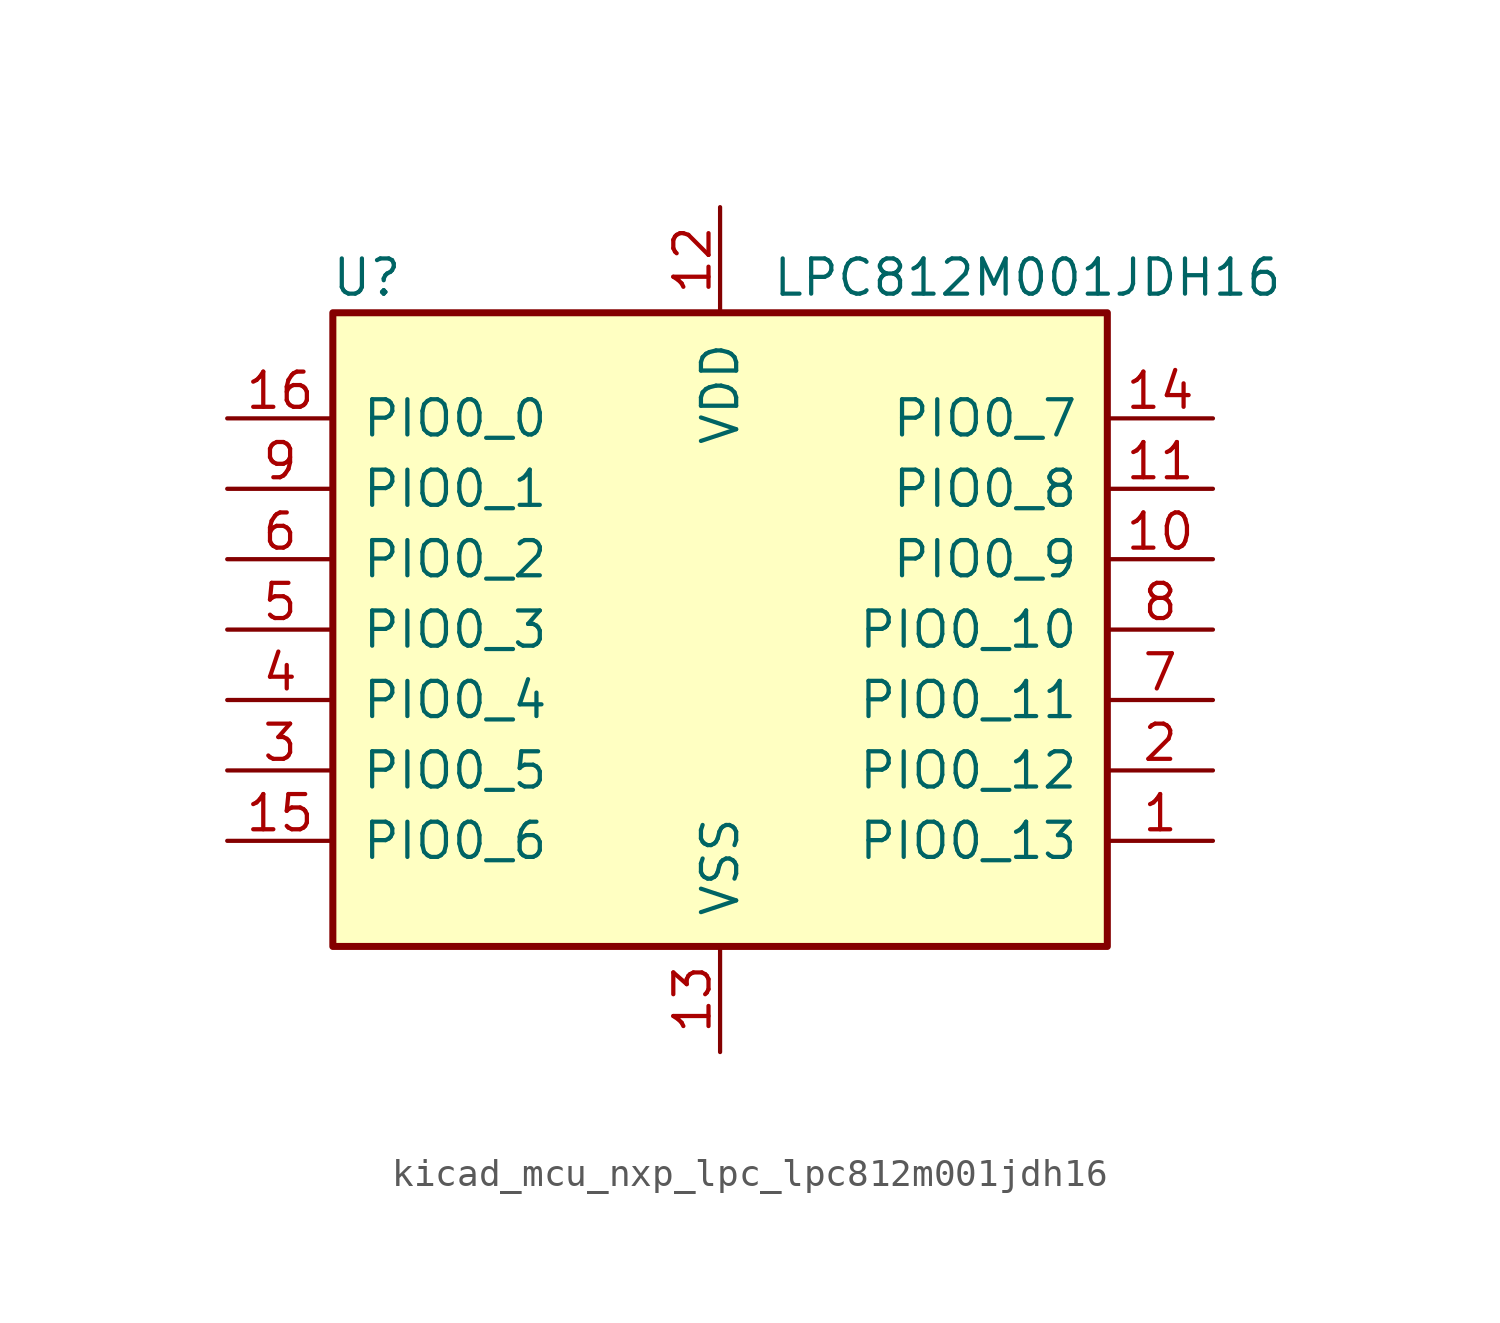
<source format=kicad_sym>
(kicad_symbol_lib
  (version 20220914)
  (generator kicad_symbol_editor)
  (symbol "kicad_mcu_nxp_lpc_lpc812m001jdh16"
    (pin_names
      (offset 1.016))
    (property "Reference" "U"
      (at -11.43 12.7 0)
      (effects (font (size 1.27 1.27)) (justify right)))
    (property "Value" "LPC812M001JDH16"
      (at 20.32 12.7 0)
      (effects (font (size 1.27 1.27)) (justify right)))
    (symbol "kicad_mcu_nxp_lpc_lpc812m001jdh16_0_1"
      (rectangle (start 13.97 11.43) (end -13.97 -11.43) (stroke (width 0.254) (type default)) (fill (type background))))
    (symbol "kicad_mcu_nxp_lpc_lpc812m001jdh16_1_1"
      (pin bidirectional line (at 17.78 -7.62 180) (length 3.81) (name "PIO0_13" (effects (font (size 1.27 1.27)))) (number "1" (effects (font (size 1.27 1.27)))))
      (pin bidirectional line (at 17.78 2.54 180) (length 3.81) (name "PIO0_9" (effects (font (size 1.27 1.27)))) (number "10" (effects (font (size 1.27 1.27)))))
      (pin bidirectional line (at 17.78 5.08 180) (length 3.81) (name "PIO0_8" (effects (font (size 1.27 1.27)))) (number "11" (effects (font (size 1.27 1.27)))))
      (pin power_in line (at 0 15.24 270) (length 3.81) (name "VDD" (effects (font (size 1.27 1.27)))) (number "12" (effects (font (size 1.27 1.27)))))
      (pin power_in line (at 0 -15.24 90) (length 3.81) (name "VSS" (effects (font (size 1.27 1.27)))) (number "13" (effects (font (size 1.27 1.27)))))
      (pin bidirectional line (at 17.78 7.62 180) (length 3.81) (name "PIO0_7" (effects (font (size 1.27 1.27)))) (number "14" (effects (font (size 1.27 1.27)))))
      (pin bidirectional line (at -17.78 -7.62 0) (length 3.81) (name "PIO0_6" (effects (font (size 1.27 1.27)))) (number "15" (effects (font (size 1.27 1.27)))))
      (pin bidirectional line (at -17.78 7.62 0) (length 3.81) (name "PIO0_0" (effects (font (size 1.27 1.27)))) (number "16" (effects (font (size 1.27 1.27)))))
      (pin bidirectional line (at 17.78 -5.08 180) (length 3.81) (name "PIO0_12" (effects (font (size 1.27 1.27)))) (number "2" (effects (font (size 1.27 1.27)))))
      (pin bidirectional line (at -17.78 -5.08 0) (length 3.81) (name "PIO0_5" (effects (font (size 1.27 1.27)))) (number "3" (effects (font (size 1.27 1.27)))))
      (pin bidirectional line (at -17.78 -2.54 0) (length 3.81) (name "PIO0_4" (effects (font (size 1.27 1.27)))) (number "4" (effects (font (size 1.27 1.27)))))
      (pin bidirectional line (at -17.78 0 0) (length 3.81) (name "PIO0_3" (effects (font (size 1.27 1.27)))) (number "5" (effects (font (size 1.27 1.27)))))
      (pin bidirectional line (at -17.78 2.54 0) (length 3.81) (name "PIO0_2" (effects (font (size 1.27 1.27)))) (number "6" (effects (font (size 1.27 1.27)))))
      (pin bidirectional line (at 17.78 -2.54 180) (length 3.81) (name "PIO0_11" (effects (font (size 1.27 1.27)))) (number "7" (effects (font (size 1.27 1.27)))))
      (pin bidirectional line (at 17.78 0 180) (length 3.81) (name "PIO0_10" (effects (font (size 1.27 1.27)))) (number "8" (effects (font (size 1.27 1.27)))))
      (pin bidirectional line (at -17.78 5.08 0) (length 3.81) (name "PIO0_1" (effects (font (size 1.27 1.27)))) (number "9" (effects (font (size 1.27 1.27))))))))
</source>
